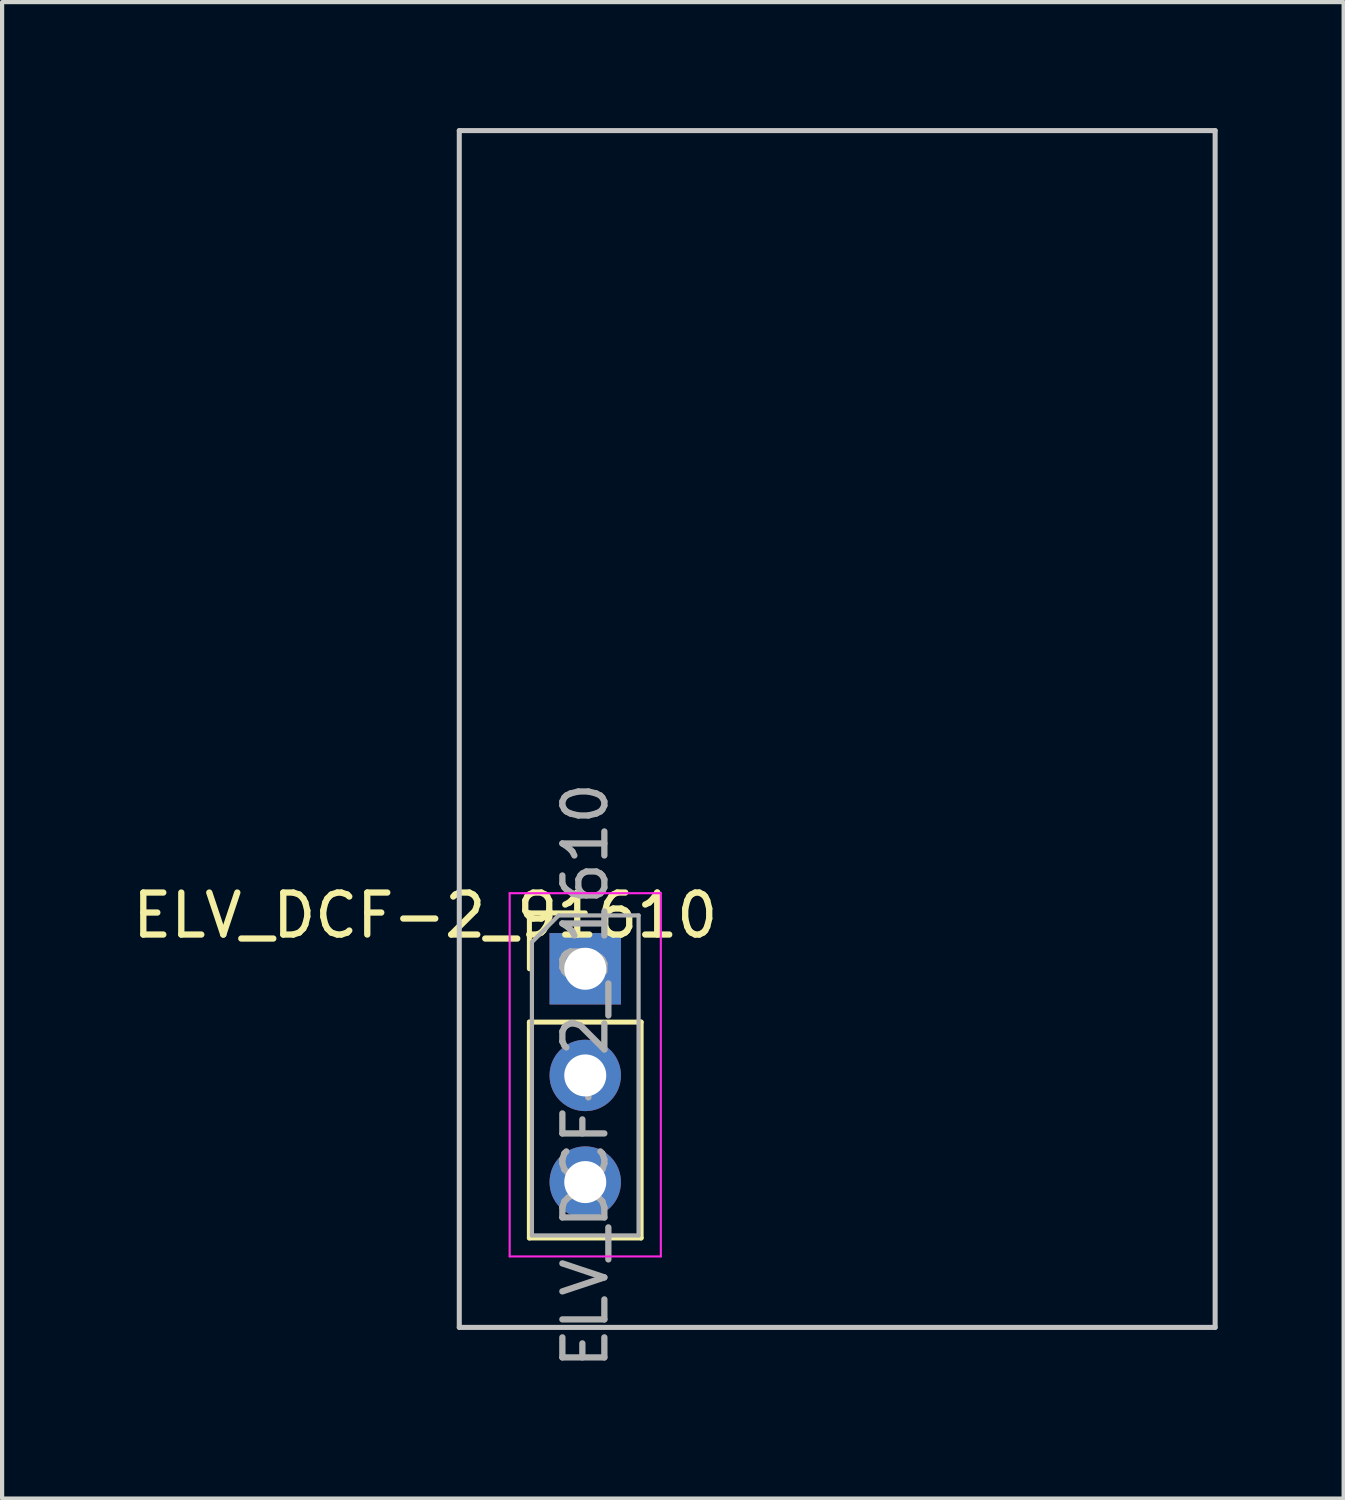
<source format=kicad_pcb>
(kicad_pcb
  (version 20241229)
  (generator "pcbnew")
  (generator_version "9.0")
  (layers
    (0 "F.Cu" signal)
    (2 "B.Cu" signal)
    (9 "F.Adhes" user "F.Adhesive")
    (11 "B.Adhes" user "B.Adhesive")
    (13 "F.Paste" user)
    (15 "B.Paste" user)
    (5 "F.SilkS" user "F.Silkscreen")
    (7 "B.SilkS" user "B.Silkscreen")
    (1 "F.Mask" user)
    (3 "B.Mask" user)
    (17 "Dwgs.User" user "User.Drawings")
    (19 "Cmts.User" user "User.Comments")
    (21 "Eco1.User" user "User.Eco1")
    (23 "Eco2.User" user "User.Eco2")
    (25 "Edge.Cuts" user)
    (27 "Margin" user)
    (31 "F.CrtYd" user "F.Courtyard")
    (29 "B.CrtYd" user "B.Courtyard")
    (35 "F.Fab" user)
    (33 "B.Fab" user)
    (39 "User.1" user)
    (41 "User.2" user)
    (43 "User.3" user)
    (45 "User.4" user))
  (footprint "ELV_DCF-2_91610"
    (layer "F.Cu")
    (at 10.887 22.56)
    (property "Reference" "ELV_DCF-2_91610" (at -3.81 -3.81 0) (layer "F.SilkS") (effects (font (size 1 1) (thickness 0.15))))
    (attr through_hole)
    (fp_line (start -1.33 -3.87) (end 0 -3.87) (stroke (width 0.12) (type solid)) (layer "F.SilkS"))
    (fp_line (start -1.33 -2.54) (end -1.33 -3.87) (stroke (width 0.12) (type solid)) (layer "F.SilkS"))
    (fp_line (start -1.33 -1.27) (end -1.33 3.87) (stroke (width 0.12) (type solid)) (layer "F.SilkS"))
    (fp_line (start -1.33 -1.27) (end 1.33 -1.27) (stroke (width 0.12) (type solid)) (layer "F.SilkS"))
    (fp_line (start -1.33 3.87) (end 1.33 3.87) (stroke (width 0.12) (type solid)) (layer "F.SilkS"))
    (fp_line (start 1.33 -1.27) (end 1.33 3.87) (stroke (width 0.12) (type solid)) (layer "F.SilkS"))
    (fp_line (start -3 -22.5) (end -3 6) (stroke (width 0.12) (type solid)) (layer "Dwgs.User"))
    (fp_line (start -3 6) (end 15 6) (stroke (width 0.12) (type solid)) (layer "Dwgs.User"))
    (fp_line (start 15 -22.5) (end -3 -22.5) (stroke (width 0.12) (type solid)) (layer "Dwgs.User"))
    (fp_line (start 15 6) (end 15 -22.5) (stroke (width 0.12) (type solid)) (layer "Dwgs.User"))
    (fp_line (start -1.8 -4.34) (end -1.8 4.31) (stroke (width 0.05) (type solid)) (layer "F.CrtYd"))
    (fp_line (start -1.8 4.31) (end 1.8 4.31) (stroke (width 0.05) (type solid)) (layer "F.CrtYd"))
    (fp_line (start 1.8 -4.34) (end -1.8 -4.34) (stroke (width 0.05) (type solid)) (layer "F.CrtYd"))
    (fp_line (start 1.8 4.31) (end 1.8 -4.34) (stroke (width 0.05) (type solid)) (layer "F.CrtYd"))
    (fp_line (start -1.27 -3.175) (end -0.635 -3.81) (stroke (width 0.1) (type solid)) (layer "F.Fab"))
    (fp_line (start -1.27 3.81) (end -1.27 -3.175) (stroke (width 0.1) (type solid)) (layer "F.Fab"))
    (fp_line (start -0.635 -3.81) (end 1.27 -3.81) (stroke (width 0.1) (type solid)) (layer "F.Fab"))
    (fp_line (start 1.27 -3.81) (end 1.27 3.81) (stroke (width 0.1) (type solid)) (layer "F.Fab"))
    (fp_line (start 1.27 3.81) (end -1.27 3.81) (stroke (width 0.1) (type solid)) (layer "F.Fab"))
    (fp_text user "${REFERENCE}" (at 0 0 90) (layer "F.Fab") (effects (font (size 1 1) (thickness 0.15))))
    (pad "1" thru_hole rect (at 0 -2.54) (size 1.7 1.7) (drill 1) (layers "*.Cu" "*.Mask"))
    (pad "2" thru_hole oval (at 0 0) (size 1.7 1.7) (drill 1) (layers "*.Cu" "*.Mask"))
    (pad "3" thru_hole oval (at 0 2.54) (size 1.7 1.7) (drill 1) (layers "*.Cu" "*.Mask")))
  (gr_rect
    (start -3 -3)
    (end 28.947 32.637)
    (stroke (width 0.1) (type default))
    (fill no)
    (layer "Edge.Cuts")))
</source>
